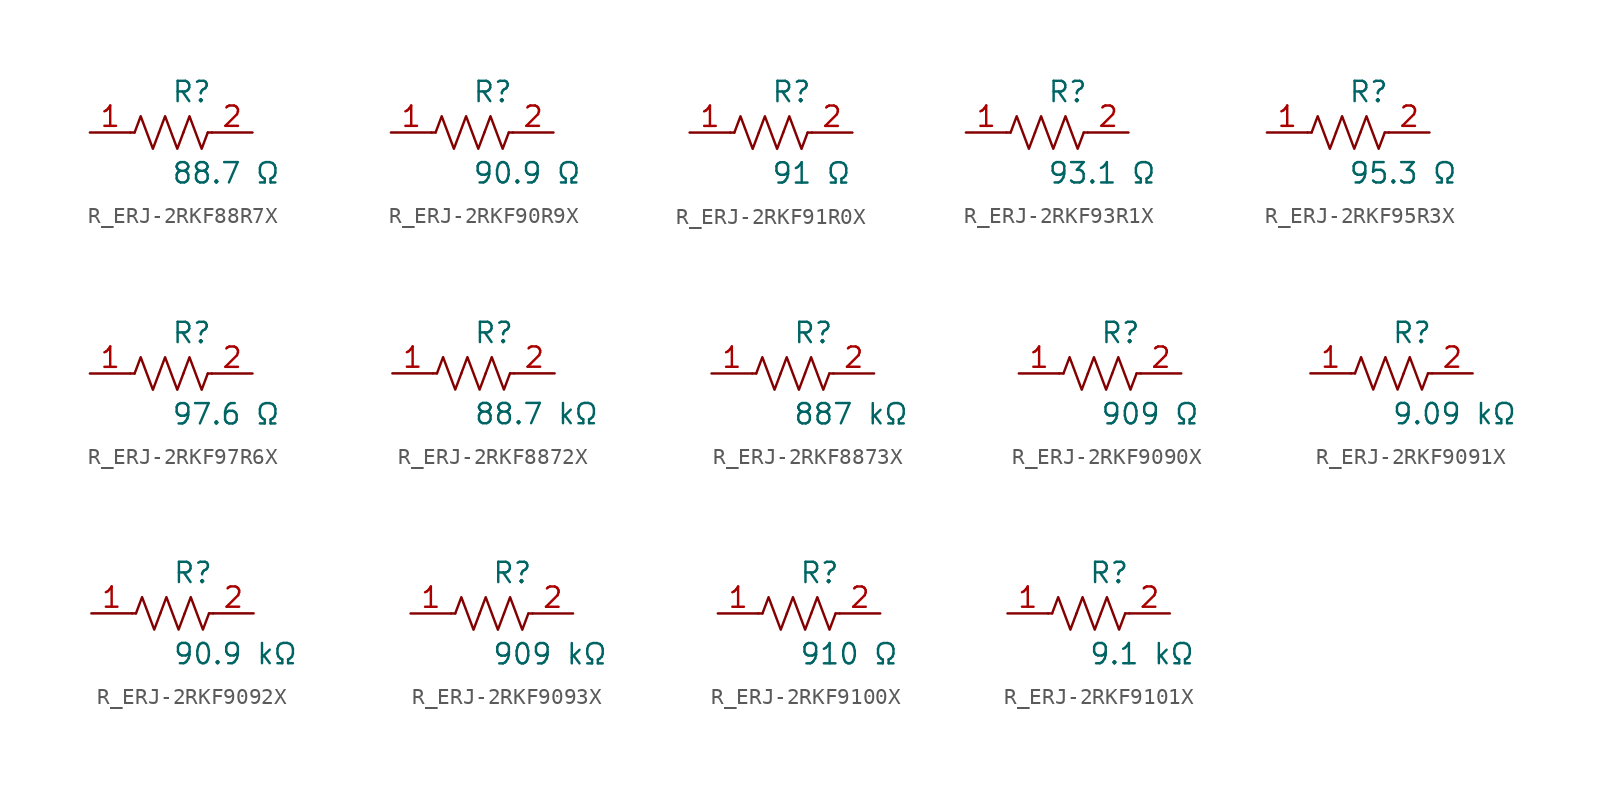
<source format=kicad_sym>
(kicad_symbol_lib
  (version 20231120)
  (generator kicad_symbol_editor)
  (generator_version 8.0)
  (symbol "R_ERJ-2RKF88R7X"
    (pin_names
      (offset 0.254))
    (property "Reference" "R"
      (at 0 2.54 0)
      (effects (font (size 1.27 1.27)) (justify left)))
    (property "Value" "88.7 Ω"
      (at 0 -2.54 0)
      (effects (font (size 1.27 1.27)) (justify left)))
    (symbol "R_ERJ-2RKF88R7X_0_1"
      (polyline (pts (xy 2.286 0) (xy 2.54 0)) (stroke (width 0) (type default)) (fill (type none)))
      (polyline (pts (xy -2.286 0) (xy -2.54 0)) (stroke (width 0) (type default)) (fill (type none)))
      (polyline (pts (xy 0.762 0) (xy 1.143 1.016) (xy 1.524 0) (xy 1.905 -1.016) (xy 2.286 0)) (stroke (width 0) (type default)) (fill (type none)))
      (polyline (pts (xy -0.762 0) (xy -0.381 1.016) (xy 0 0) (xy 0.381 -1.016) (xy 0.762 0)) (stroke (width 0) (type default)) (fill (type none)))
      (polyline (pts (xy -2.286 0) (xy -1.905 1.016) (xy -1.524 0) (xy -1.143 -1.016) (xy -0.762 0)) (stroke (width 0) (type default)) (fill (type none))))
    (pin passive line
      (at -5.08 0 0)
      (length 2.54)
      (name "" (effects (font (size 1.27 1.27))))
      (number "1" (effects (font (size 1.27 1.27)))))
    (pin passive line
      (at 5.08 0 180)
      (length 2.54)
      (name "" (effects (font (size 1.27 1.27))))
      (number "2" (effects (font (size 1.27 1.27))))))
  (symbol "R_ERJ-2RKF90R9X"
    (pin_names
      (offset 0.254))
    (property "Reference" "R"
      (at 0 2.54 0)
      (effects (font (size 1.27 1.27)) (justify left)))
    (property "Value" "90.9 Ω"
      (at 0 -2.54 0)
      (effects (font (size 1.27 1.27)) (justify left)))
    (symbol "R_ERJ-2RKF90R9X_0_1"
      (polyline (pts (xy 2.286 0) (xy 2.54 0)) (stroke (width 0) (type default)) (fill (type none)))
      (polyline (pts (xy -2.286 0) (xy -2.54 0)) (stroke (width 0) (type default)) (fill (type none)))
      (polyline (pts (xy 0.762 0) (xy 1.143 1.016) (xy 1.524 0) (xy 1.905 -1.016) (xy 2.286 0)) (stroke (width 0) (type default)) (fill (type none)))
      (polyline (pts (xy -0.762 0) (xy -0.381 1.016) (xy 0 0) (xy 0.381 -1.016) (xy 0.762 0)) (stroke (width 0) (type default)) (fill (type none)))
      (polyline (pts (xy -2.286 0) (xy -1.905 1.016) (xy -1.524 0) (xy -1.143 -1.016) (xy -0.762 0)) (stroke (width 0) (type default)) (fill (type none))))
    (pin passive line
      (at -5.08 0 0)
      (length 2.54)
      (name "" (effects (font (size 1.27 1.27))))
      (number "1" (effects (font (size 1.27 1.27)))))
    (pin passive line
      (at 5.08 0 180)
      (length 2.54)
      (name "" (effects (font (size 1.27 1.27))))
      (number "2" (effects (font (size 1.27 1.27))))))
  (symbol "R_ERJ-2RKF91R0X"
    (pin_names
      (offset 0.254))
    (property "Reference" "R"
      (at 0 2.54 0)
      (effects (font (size 1.27 1.27)) (justify left)))
    (property "Value" "91 Ω"
      (at 0 -2.54 0)
      (effects (font (size 1.27 1.27)) (justify left)))
    (symbol "R_ERJ-2RKF91R0X_0_1"
      (polyline (pts (xy 2.286 0) (xy 2.54 0)) (stroke (width 0) (type default)) (fill (type none)))
      (polyline (pts (xy -2.286 0) (xy -2.54 0)) (stroke (width 0) (type default)) (fill (type none)))
      (polyline (pts (xy 0.762 0) (xy 1.143 1.016) (xy 1.524 0) (xy 1.905 -1.016) (xy 2.286 0)) (stroke (width 0) (type default)) (fill (type none)))
      (polyline (pts (xy -0.762 0) (xy -0.381 1.016) (xy 0 0) (xy 0.381 -1.016) (xy 0.762 0)) (stroke (width 0) (type default)) (fill (type none)))
      (polyline (pts (xy -2.286 0) (xy -1.905 1.016) (xy -1.524 0) (xy -1.143 -1.016) (xy -0.762 0)) (stroke (width 0) (type default)) (fill (type none))))
    (pin passive line
      (at -5.08 0 0)
      (length 2.54)
      (name "" (effects (font (size 1.27 1.27))))
      (number "1" (effects (font (size 1.27 1.27)))))
    (pin passive line
      (at 5.08 0 180)
      (length 2.54)
      (name "" (effects (font (size 1.27 1.27))))
      (number "2" (effects (font (size 1.27 1.27))))))
  (symbol "R_ERJ-2RKF93R1X"
    (pin_names
      (offset 0.254))
    (property "Reference" "R"
      (at 0 2.54 0)
      (effects (font (size 1.27 1.27)) (justify left)))
    (property "Value" "93.1 Ω"
      (at 0 -2.54 0)
      (effects (font (size 1.27 1.27)) (justify left)))
    (symbol "R_ERJ-2RKF93R1X_0_1"
      (polyline (pts (xy 2.286 0) (xy 2.54 0)) (stroke (width 0) (type default)) (fill (type none)))
      (polyline (pts (xy -2.286 0) (xy -2.54 0)) (stroke (width 0) (type default)) (fill (type none)))
      (polyline (pts (xy 0.762 0) (xy 1.143 1.016) (xy 1.524 0) (xy 1.905 -1.016) (xy 2.286 0)) (stroke (width 0) (type default)) (fill (type none)))
      (polyline (pts (xy -0.762 0) (xy -0.381 1.016) (xy 0 0) (xy 0.381 -1.016) (xy 0.762 0)) (stroke (width 0) (type default)) (fill (type none)))
      (polyline (pts (xy -2.286 0) (xy -1.905 1.016) (xy -1.524 0) (xy -1.143 -1.016) (xy -0.762 0)) (stroke (width 0) (type default)) (fill (type none))))
    (pin passive line
      (at -5.08 0 0)
      (length 2.54)
      (name "" (effects (font (size 1.27 1.27))))
      (number "1" (effects (font (size 1.27 1.27)))))
    (pin passive line
      (at 5.08 0 180)
      (length 2.54)
      (name "" (effects (font (size 1.27 1.27))))
      (number "2" (effects (font (size 1.27 1.27))))))
  (symbol "R_ERJ-2RKF95R3X"
    (pin_names
      (offset 0.254))
    (property "Reference" "R"
      (at 0 2.54 0)
      (effects (font (size 1.27 1.27)) (justify left)))
    (property "Value" "95.3 Ω"
      (at 0 -2.54 0)
      (effects (font (size 1.27 1.27)) (justify left)))
    (symbol "R_ERJ-2RKF95R3X_0_1"
      (polyline (pts (xy 2.286 0) (xy 2.54 0)) (stroke (width 0) (type default)) (fill (type none)))
      (polyline (pts (xy -2.286 0) (xy -2.54 0)) (stroke (width 0) (type default)) (fill (type none)))
      (polyline (pts (xy 0.762 0) (xy 1.143 1.016) (xy 1.524 0) (xy 1.905 -1.016) (xy 2.286 0)) (stroke (width 0) (type default)) (fill (type none)))
      (polyline (pts (xy -0.762 0) (xy -0.381 1.016) (xy 0 0) (xy 0.381 -1.016) (xy 0.762 0)) (stroke (width 0) (type default)) (fill (type none)))
      (polyline (pts (xy -2.286 0) (xy -1.905 1.016) (xy -1.524 0) (xy -1.143 -1.016) (xy -0.762 0)) (stroke (width 0) (type default)) (fill (type none))))
    (pin passive line
      (at -5.08 0 0)
      (length 2.54)
      (name "" (effects (font (size 1.27 1.27))))
      (number "1" (effects (font (size 1.27 1.27)))))
    (pin passive line
      (at 5.08 0 180)
      (length 2.54)
      (name "" (effects (font (size 1.27 1.27))))
      (number "2" (effects (font (size 1.27 1.27))))))
  (symbol "R_ERJ-2RKF97R6X"
    (pin_names
      (offset 0.254))
    (property "Reference" "R"
      (at 0 2.54 0)
      (effects (font (size 1.27 1.27)) (justify left)))
    (property "Value" "97.6 Ω"
      (at 0 -2.54 0)
      (effects (font (size 1.27 1.27)) (justify left)))
    (symbol "R_ERJ-2RKF97R6X_0_1"
      (polyline (pts (xy 2.286 0) (xy 2.54 0)) (stroke (width 0) (type default)) (fill (type none)))
      (polyline (pts (xy -2.286 0) (xy -2.54 0)) (stroke (width 0) (type default)) (fill (type none)))
      (polyline (pts (xy 0.762 0) (xy 1.143 1.016) (xy 1.524 0) (xy 1.905 -1.016) (xy 2.286 0)) (stroke (width 0) (type default)) (fill (type none)))
      (polyline (pts (xy -0.762 0) (xy -0.381 1.016) (xy 0 0) (xy 0.381 -1.016) (xy 0.762 0)) (stroke (width 0) (type default)) (fill (type none)))
      (polyline (pts (xy -2.286 0) (xy -1.905 1.016) (xy -1.524 0) (xy -1.143 -1.016) (xy -0.762 0)) (stroke (width 0) (type default)) (fill (type none))))
    (pin passive line
      (at -5.08 0 0)
      (length 2.54)
      (name "" (effects (font (size 1.27 1.27))))
      (number "1" (effects (font (size 1.27 1.27)))))
    (pin passive line
      (at 5.08 0 180)
      (length 2.54)
      (name "" (effects (font (size 1.27 1.27))))
      (number "2" (effects (font (size 1.27 1.27))))))
  (symbol "R_ERJ-2RKF8872X"
    (pin_names
      (offset 0.254))
    (property "Reference" "R"
      (at 0 2.54 0)
      (effects (font (size 1.27 1.27)) (justify left)))
    (property "Value" "88.7 kΩ"
      (at 0 -2.54 0)
      (effects (font (size 1.27 1.27)) (justify left)))
    (symbol "R_ERJ-2RKF8872X_0_1"
      (polyline (pts (xy 2.286 0) (xy 2.54 0)) (stroke (width 0) (type default)) (fill (type none)))
      (polyline (pts (xy -2.286 0) (xy -2.54 0)) (stroke (width 0) (type default)) (fill (type none)))
      (polyline (pts (xy 0.762 0) (xy 1.143 1.016) (xy 1.524 0) (xy 1.905 -1.016) (xy 2.286 0)) (stroke (width 0) (type default)) (fill (type none)))
      (polyline (pts (xy -0.762 0) (xy -0.381 1.016) (xy 0 0) (xy 0.381 -1.016) (xy 0.762 0)) (stroke (width 0) (type default)) (fill (type none)))
      (polyline (pts (xy -2.286 0) (xy -1.905 1.016) (xy -1.524 0) (xy -1.143 -1.016) (xy -0.762 0)) (stroke (width 0) (type default)) (fill (type none))))
    (pin passive line
      (at -5.08 0 0)
      (length 2.54)
      (name "" (effects (font (size 1.27 1.27))))
      (number "1" (effects (font (size 1.27 1.27)))))
    (pin passive line
      (at 5.08 0 180)
      (length 2.54)
      (name "" (effects (font (size 1.27 1.27))))
      (number "2" (effects (font (size 1.27 1.27))))))
  (symbol "R_ERJ-2RKF8873X"
    (pin_names
      (offset 0.254))
    (property "Reference" "R"
      (at 0 2.54 0)
      (effects (font (size 1.27 1.27)) (justify left)))
    (property "Value" "887 kΩ"
      (at 0 -2.54 0)
      (effects (font (size 1.27 1.27)) (justify left)))
    (symbol "R_ERJ-2RKF8873X_0_1"
      (polyline (pts (xy 2.286 0) (xy 2.54 0)) (stroke (width 0) (type default)) (fill (type none)))
      (polyline (pts (xy -2.286 0) (xy -2.54 0)) (stroke (width 0) (type default)) (fill (type none)))
      (polyline (pts (xy 0.762 0) (xy 1.143 1.016) (xy 1.524 0) (xy 1.905 -1.016) (xy 2.286 0)) (stroke (width 0) (type default)) (fill (type none)))
      (polyline (pts (xy -0.762 0) (xy -0.381 1.016) (xy 0 0) (xy 0.381 -1.016) (xy 0.762 0)) (stroke (width 0) (type default)) (fill (type none)))
      (polyline (pts (xy -2.286 0) (xy -1.905 1.016) (xy -1.524 0) (xy -1.143 -1.016) (xy -0.762 0)) (stroke (width 0) (type default)) (fill (type none))))
    (pin passive line
      (at -5.08 0 0)
      (length 2.54)
      (name "" (effects (font (size 1.27 1.27))))
      (number "1" (effects (font (size 1.27 1.27)))))
    (pin passive line
      (at 5.08 0 180)
      (length 2.54)
      (name "" (effects (font (size 1.27 1.27))))
      (number "2" (effects (font (size 1.27 1.27))))))
  (symbol "R_ERJ-2RKF9090X"
    (pin_names
      (offset 0.254))
    (property "Reference" "R"
      (at 0 2.54 0)
      (effects (font (size 1.27 1.27)) (justify left)))
    (property "Value" "909 Ω"
      (at 0 -2.54 0)
      (effects (font (size 1.27 1.27)) (justify left)))
    (symbol "R_ERJ-2RKF9090X_0_1"
      (polyline (pts (xy 2.286 0) (xy 2.54 0)) (stroke (width 0) (type default)) (fill (type none)))
      (polyline (pts (xy -2.286 0) (xy -2.54 0)) (stroke (width 0) (type default)) (fill (type none)))
      (polyline (pts (xy 0.762 0) (xy 1.143 1.016) (xy 1.524 0) (xy 1.905 -1.016) (xy 2.286 0)) (stroke (width 0) (type default)) (fill (type none)))
      (polyline (pts (xy -0.762 0) (xy -0.381 1.016) (xy 0 0) (xy 0.381 -1.016) (xy 0.762 0)) (stroke (width 0) (type default)) (fill (type none)))
      (polyline (pts (xy -2.286 0) (xy -1.905 1.016) (xy -1.524 0) (xy -1.143 -1.016) (xy -0.762 0)) (stroke (width 0) (type default)) (fill (type none))))
    (pin passive line
      (at -5.08 0 0)
      (length 2.54)
      (name "" (effects (font (size 1.27 1.27))))
      (number "1" (effects (font (size 1.27 1.27)))))
    (pin passive line
      (at 5.08 0 180)
      (length 2.54)
      (name "" (effects (font (size 1.27 1.27))))
      (number "2" (effects (font (size 1.27 1.27))))))
  (symbol "R_ERJ-2RKF9091X"
    (pin_names
      (offset 0.254))
    (property "Reference" "R"
      (at 0 2.54 0)
      (effects (font (size 1.27 1.27)) (justify left)))
    (property "Value" "9.09 kΩ"
      (at 0 -2.54 0)
      (effects (font (size 1.27 1.27)) (justify left)))
    (symbol "R_ERJ-2RKF9091X_0_1"
      (polyline (pts (xy 2.286 0) (xy 2.54 0)) (stroke (width 0) (type default)) (fill (type none)))
      (polyline (pts (xy -2.286 0) (xy -2.54 0)) (stroke (width 0) (type default)) (fill (type none)))
      (polyline (pts (xy 0.762 0) (xy 1.143 1.016) (xy 1.524 0) (xy 1.905 -1.016) (xy 2.286 0)) (stroke (width 0) (type default)) (fill (type none)))
      (polyline (pts (xy -0.762 0) (xy -0.381 1.016) (xy 0 0) (xy 0.381 -1.016) (xy 0.762 0)) (stroke (width 0) (type default)) (fill (type none)))
      (polyline (pts (xy -2.286 0) (xy -1.905 1.016) (xy -1.524 0) (xy -1.143 -1.016) (xy -0.762 0)) (stroke (width 0) (type default)) (fill (type none))))
    (pin passive line
      (at -5.08 0 0)
      (length 2.54)
      (name "" (effects (font (size 1.27 1.27))))
      (number "1" (effects (font (size 1.27 1.27)))))
    (pin passive line
      (at 5.08 0 180)
      (length 2.54)
      (name "" (effects (font (size 1.27 1.27))))
      (number "2" (effects (font (size 1.27 1.27))))))
  (symbol "R_ERJ-2RKF9092X"
    (pin_names
      (offset 0.254))
    (property "Reference" "R"
      (at 0 2.54 0)
      (effects (font (size 1.27 1.27)) (justify left)))
    (property "Value" "90.9 kΩ"
      (at 0 -2.54 0)
      (effects (font (size 1.27 1.27)) (justify left)))
    (symbol "R_ERJ-2RKF9092X_0_1"
      (polyline (pts (xy 2.286 0) (xy 2.54 0)) (stroke (width 0) (type default)) (fill (type none)))
      (polyline (pts (xy -2.286 0) (xy -2.54 0)) (stroke (width 0) (type default)) (fill (type none)))
      (polyline (pts (xy 0.762 0) (xy 1.143 1.016) (xy 1.524 0) (xy 1.905 -1.016) (xy 2.286 0)) (stroke (width 0) (type default)) (fill (type none)))
      (polyline (pts (xy -0.762 0) (xy -0.381 1.016) (xy 0 0) (xy 0.381 -1.016) (xy 0.762 0)) (stroke (width 0) (type default)) (fill (type none)))
      (polyline (pts (xy -2.286 0) (xy -1.905 1.016) (xy -1.524 0) (xy -1.143 -1.016) (xy -0.762 0)) (stroke (width 0) (type default)) (fill (type none))))
    (pin passive line
      (at -5.08 0 0)
      (length 2.54)
      (name "" (effects (font (size 1.27 1.27))))
      (number "1" (effects (font (size 1.27 1.27)))))
    (pin passive line
      (at 5.08 0 180)
      (length 2.54)
      (name "" (effects (font (size 1.27 1.27))))
      (number "2" (effects (font (size 1.27 1.27))))))
  (symbol "R_ERJ-2RKF9093X"
    (pin_names
      (offset 0.254))
    (property "Reference" "R"
      (at 0 2.54 0)
      (effects (font (size 1.27 1.27)) (justify left)))
    (property "Value" "909 kΩ"
      (at 0 -2.54 0)
      (effects (font (size 1.27 1.27)) (justify left)))
    (symbol "R_ERJ-2RKF9093X_0_1"
      (polyline (pts (xy 2.286 0) (xy 2.54 0)) (stroke (width 0) (type default)) (fill (type none)))
      (polyline (pts (xy -2.286 0) (xy -2.54 0)) (stroke (width 0) (type default)) (fill (type none)))
      (polyline (pts (xy 0.762 0) (xy 1.143 1.016) (xy 1.524 0) (xy 1.905 -1.016) (xy 2.286 0)) (stroke (width 0) (type default)) (fill (type none)))
      (polyline (pts (xy -0.762 0) (xy -0.381 1.016) (xy 0 0) (xy 0.381 -1.016) (xy 0.762 0)) (stroke (width 0) (type default)) (fill (type none)))
      (polyline (pts (xy -2.286 0) (xy -1.905 1.016) (xy -1.524 0) (xy -1.143 -1.016) (xy -0.762 0)) (stroke (width 0) (type default)) (fill (type none))))
    (pin passive line
      (at -5.08 0 0)
      (length 2.54)
      (name "" (effects (font (size 1.27 1.27))))
      (number "1" (effects (font (size 1.27 1.27)))))
    (pin passive line
      (at 5.08 0 180)
      (length 2.54)
      (name "" (effects (font (size 1.27 1.27))))
      (number "2" (effects (font (size 1.27 1.27))))))
  (symbol "R_ERJ-2RKF9100X"
    (pin_names
      (offset 0.254))
    (property "Reference" "R"
      (at 0 2.54 0)
      (effects (font (size 1.27 1.27)) (justify left)))
    (property "Value" "910 Ω"
      (at 0 -2.54 0)
      (effects (font (size 1.27 1.27)) (justify left)))
    (symbol "R_ERJ-2RKF9100X_0_1"
      (polyline (pts (xy 2.286 0) (xy 2.54 0)) (stroke (width 0) (type default)) (fill (type none)))
      (polyline (pts (xy -2.286 0) (xy -2.54 0)) (stroke (width 0) (type default)) (fill (type none)))
      (polyline (pts (xy 0.762 0) (xy 1.143 1.016) (xy 1.524 0) (xy 1.905 -1.016) (xy 2.286 0)) (stroke (width 0) (type default)) (fill (type none)))
      (polyline (pts (xy -0.762 0) (xy -0.381 1.016) (xy 0 0) (xy 0.381 -1.016) (xy 0.762 0)) (stroke (width 0) (type default)) (fill (type none)))
      (polyline (pts (xy -2.286 0) (xy -1.905 1.016) (xy -1.524 0) (xy -1.143 -1.016) (xy -0.762 0)) (stroke (width 0) (type default)) (fill (type none))))
    (pin passive line
      (at -5.08 0 0)
      (length 2.54)
      (name "" (effects (font (size 1.27 1.27))))
      (number "1" (effects (font (size 1.27 1.27)))))
    (pin passive line
      (at 5.08 0 180)
      (length 2.54)
      (name "" (effects (font (size 1.27 1.27))))
      (number "2" (effects (font (size 1.27 1.27))))))
  (symbol "R_ERJ-2RKF9101X"
    (pin_names
      (offset 0.254))
    (property "Reference" "R"
      (at 0 2.54 0)
      (effects (font (size 1.27 1.27)) (justify left)))
    (property "Value" "9.1 kΩ"
      (at 0 -2.54 0)
      (effects (font (size 1.27 1.27)) (justify left)))
    (symbol "R_ERJ-2RKF9101X_0_1"
      (polyline (pts (xy 2.286 0) (xy 2.54 0)) (stroke (width 0) (type default)) (fill (type none)))
      (polyline (pts (xy -2.286 0) (xy -2.54 0)) (stroke (width 0) (type default)) (fill (type none)))
      (polyline (pts (xy 0.762 0) (xy 1.143 1.016) (xy 1.524 0) (xy 1.905 -1.016) (xy 2.286 0)) (stroke (width 0) (type default)) (fill (type none)))
      (polyline (pts (xy -0.762 0) (xy -0.381 1.016) (xy 0 0) (xy 0.381 -1.016) (xy 0.762 0)) (stroke (width 0) (type default)) (fill (type none)))
      (polyline (pts (xy -2.286 0) (xy -1.905 1.016) (xy -1.524 0) (xy -1.143 -1.016) (xy -0.762 0)) (stroke (width 0) (type default)) (fill (type none))))
    (pin passive line
      (at -5.08 0 0)
      (length 2.54)
      (name "" (effects (font (size 1.27 1.27))))
      (number "1" (effects (font (size 1.27 1.27)))))
    (pin passive line
      (at 5.08 0 180)
      (length 2.54)
      (name "" (effects (font (size 1.27 1.27))))
      (number "2" (effects (font (size 1.27 1.27)))))))
</source>
